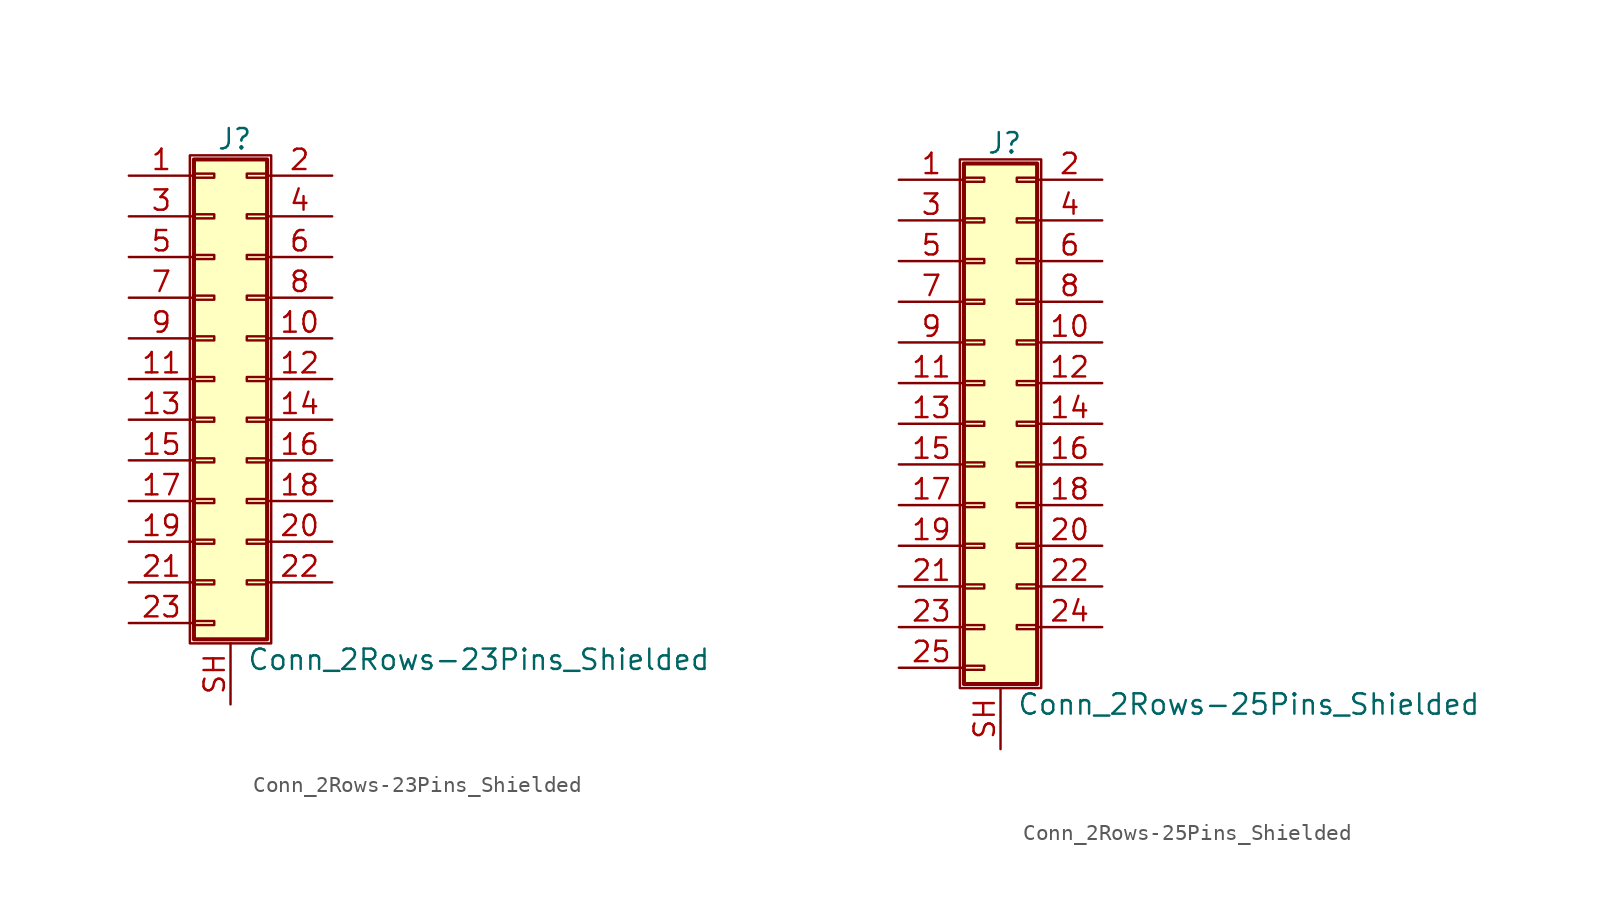
<source format=kicad_sym>
(kicad_symbol_lib
  (version 20211014)
  (generator kicad_symbol_editor)
  (symbol "Conn_2Rows-23Pins_Shielded"
    (pin_names
      (offset 1.016) hide)
    (property "Reference" "J"
      (at 1.524 14.986 0)
      (effects (font (size 1.27 1.27))))
    (property "Value" "Conn_2Rows-23Pins_Shielded"
      (at 2.286 -17.526 0)
      (effects (font (size 1.27 1.27)) (justify left)))
    (symbol "Conn_2Rows-23Pins_Shielded_1_1"
      (rectangle (start -1.27 13.97) (end 3.81 -16.51) (stroke (width 0.152) (type default) (color 0 0 0 0)) (fill (type none)))
      (rectangle (start -1.016 -15.113) (end 0.254 -15.367) (stroke (width 0.152) (type default) (color 0 0 0 0)) (fill (type none)))
      (rectangle (start -1.016 -12.573) (end 0.254 -12.827) (stroke (width 0.152) (type default) (color 0 0 0 0)) (fill (type none)))
      (rectangle (start -1.016 -10.033) (end 0.254 -10.287) (stroke (width 0.152) (type default) (color 0 0 0 0)) (fill (type none)))
      (rectangle (start -1.016 -7.493) (end 0.254 -7.747) (stroke (width 0.152) (type default) (color 0 0 0 0)) (fill (type none)))
      (rectangle (start -1.016 -4.953) (end 0.254 -5.207) (stroke (width 0.152) (type default) (color 0 0 0 0)) (fill (type none)))
      (rectangle (start -1.016 -2.413) (end 0.254 -2.667) (stroke (width 0.152) (type default) (color 0 0 0 0)) (fill (type none)))
      (rectangle (start -1.016 0.127) (end 0.254 -0.127) (stroke (width 0.152) (type default) (color 0 0 0 0)) (fill (type none)))
      (rectangle (start -1.016 2.667) (end 0.254 2.413) (stroke (width 0.152) (type default) (color 0 0 0 0)) (fill (type none)))
      (rectangle (start -1.016 5.207) (end 0.254 4.953) (stroke (width 0.152) (type default) (color 0 0 0 0)) (fill (type none)))
      (rectangle (start -1.016 7.747) (end 0.254 7.493) (stroke (width 0.152) (type default) (color 0 0 0 0)) (fill (type none)))
      (rectangle (start -1.016 10.287) (end 0.254 10.033) (stroke (width 0.152) (type default) (color 0 0 0 0)) (fill (type none)))
      (rectangle (start -1.016 12.827) (end 0.254 12.573) (stroke (width 0.152) (type default) (color 0 0 0 0)) (fill (type none)))
      (rectangle (start -1.016 13.716) (end 3.556 -16.256) (stroke (width 0.254) (type default) (color 0 0 0 0)) (fill (type background)))
      (rectangle (start 3.556 -12.573) (end 2.286 -12.827) (stroke (width 0.152) (type default) (color 0 0 0 0)) (fill (type none)))
      (rectangle (start 3.556 -10.033) (end 2.286 -10.287) (stroke (width 0.152) (type default) (color 0 0 0 0)) (fill (type none)))
      (rectangle (start 3.556 -7.493) (end 2.286 -7.747) (stroke (width 0.152) (type default) (color 0 0 0 0)) (fill (type none)))
      (rectangle (start 3.556 -4.953) (end 2.286 -5.207) (stroke (width 0.152) (type default) (color 0 0 0 0)) (fill (type none)))
      (rectangle (start 3.556 -2.413) (end 2.286 -2.667) (stroke (width 0.152) (type default) (color 0 0 0 0)) (fill (type none)))
      (rectangle (start 3.556 0.127) (end 2.286 -0.127) (stroke (width 0.152) (type default) (color 0 0 0 0)) (fill (type none)))
      (rectangle (start 3.556 2.667) (end 2.286 2.413) (stroke (width 0.152) (type default) (color 0 0 0 0)) (fill (type none)))
      (rectangle (start 3.556 5.207) (end 2.286 4.953) (stroke (width 0.152) (type default) (color 0 0 0 0)) (fill (type none)))
      (rectangle (start 3.556 7.747) (end 2.286 7.493) (stroke (width 0.152) (type default) (color 0 0 0 0)) (fill (type none)))
      (rectangle (start 3.556 10.287) (end 2.286 10.033) (stroke (width 0.152) (type default) (color 0 0 0 0)) (fill (type none)))
      (rectangle (start 3.556 12.827) (end 2.286 12.573) (stroke (width 0.152) (type default) (color 0 0 0 0)) (fill (type none)))
      (pin passive line (at -5.08 12.7 0) (length 4.064) (name "Pin_1" (effects (font (size 1.27 1.27)))) (number "1" (effects (font (size 1.27 1.27)))))
      (pin passive line (at 7.62 2.54 180) (length 4.064) (name "Pin_10" (effects (font (size 1.27 1.27)))) (number "10" (effects (font (size 1.27 1.27)))))
      (pin passive line (at -5.08 0 0) (length 4.064) (name "Pin_11" (effects (font (size 1.27 1.27)))) (number "11" (effects (font (size 1.27 1.27)))))
      (pin passive line (at 7.62 0 180) (length 4.064) (name "Pin_12" (effects (font (size 1.27 1.27)))) (number "12" (effects (font (size 1.27 1.27)))))
      (pin passive line (at -5.08 -2.54 0) (length 4.064) (name "Pin_13" (effects (font (size 1.27 1.27)))) (number "13" (effects (font (size 1.27 1.27)))))
      (pin passive line (at 7.62 -2.54 180) (length 4.064) (name "Pin_14" (effects (font (size 1.27 1.27)))) (number "14" (effects (font (size 1.27 1.27)))))
      (pin passive line (at -5.08 -5.08 0) (length 4.064) (name "Pin_15" (effects (font (size 1.27 1.27)))) (number "15" (effects (font (size 1.27 1.27)))))
      (pin passive line (at 7.62 -5.08 180) (length 4.064) (name "Pin_16" (effects (font (size 1.27 1.27)))) (number "16" (effects (font (size 1.27 1.27)))))
      (pin passive line (at -5.08 -7.62 0) (length 4.064) (name "Pin_17" (effects (font (size 1.27 1.27)))) (number "17" (effects (font (size 1.27 1.27)))))
      (pin passive line (at 7.62 -7.62 180) (length 4.064) (name "Pin_18" (effects (font (size 1.27 1.27)))) (number "18" (effects (font (size 1.27 1.27)))))
      (pin passive line (at -5.08 -10.16 0) (length 4.064) (name "Pin_19" (effects (font (size 1.27 1.27)))) (number "19" (effects (font (size 1.27 1.27)))))
      (pin passive line (at 7.62 12.7 180) (length 4.064) (name "Pin_2" (effects (font (size 1.27 1.27)))) (number "2" (effects (font (size 1.27 1.27)))))
      (pin passive line (at 7.62 -10.16 180) (length 4.064) (name "Pin_20" (effects (font (size 1.27 1.27)))) (number "20" (effects (font (size 1.27 1.27)))))
      (pin passive line (at -5.08 -12.7 0) (length 4.064) (name "Pin_21" (effects (font (size 1.27 1.27)))) (number "21" (effects (font (size 1.27 1.27)))))
      (pin passive line (at 7.62 -12.7 180) (length 4.064) (name "Pin_22" (effects (font (size 1.27 1.27)))) (number "22" (effects (font (size 1.27 1.27)))))
      (pin passive line (at -5.08 -15.24 0) (length 4.064) (name "Pin_23" (effects (font (size 1.27 1.27)))) (number "23" (effects (font (size 1.27 1.27)))))
      (pin passive line (at -5.08 10.16 0) (length 4.064) (name "Pin_3" (effects (font (size 1.27 1.27)))) (number "3" (effects (font (size 1.27 1.27)))))
      (pin passive line (at 7.62 10.16 180) (length 4.064) (name "Pin_4" (effects (font (size 1.27 1.27)))) (number "4" (effects (font (size 1.27 1.27)))))
      (pin passive line (at -5.08 7.62 0) (length 4.064) (name "Pin_5" (effects (font (size 1.27 1.27)))) (number "5" (effects (font (size 1.27 1.27)))))
      (pin passive line (at 7.62 7.62 180) (length 4.064) (name "Pin_6" (effects (font (size 1.27 1.27)))) (number "6" (effects (font (size 1.27 1.27)))))
      (pin passive line (at -5.08 5.08 0) (length 4.064) (name "Pin_7" (effects (font (size 1.27 1.27)))) (number "7" (effects (font (size 1.27 1.27)))))
      (pin passive line (at 7.62 5.08 180) (length 4.064) (name "Pin_8" (effects (font (size 1.27 1.27)))) (number "8" (effects (font (size 1.27 1.27)))))
      (pin passive line (at -5.08 2.54 0) (length 4.064) (name "Pin_9" (effects (font (size 1.27 1.27)))) (number "9" (effects (font (size 1.27 1.27)))))
      (pin passive line (at 1.27 -20.32 90) (length 3.81) (name "Shield" (effects (font (size 1.27 1.27)))) (number "SH" (effects (font (size 1.27 1.27)))))))
  (symbol "Conn_2Rows-25Pins_Shielded"
    (pin_names
      (offset 1.016) hide)
    (property "Reference" "J"
      (at 1.524 17.526 0)
      (effects (font (size 1.27 1.27))))
    (property "Value" "Conn_2Rows-25Pins_Shielded"
      (at 2.286 -17.526 0)
      (effects (font (size 1.27 1.27)) (justify left)))
    (symbol "Conn_2Rows-25Pins_Shielded_1_1"
      (rectangle (start -1.27 16.51) (end 3.81 -16.51) (stroke (width 0.152) (type default) (color 0 0 0 0)) (fill (type none)))
      (rectangle (start -1.016 -15.113) (end 0.254 -15.367) (stroke (width 0.152) (type default) (color 0 0 0 0)) (fill (type none)))
      (rectangle (start -1.016 -12.573) (end 0.254 -12.827) (stroke (width 0.152) (type default) (color 0 0 0 0)) (fill (type none)))
      (rectangle (start -1.016 -10.033) (end 0.254 -10.287) (stroke (width 0.152) (type default) (color 0 0 0 0)) (fill (type none)))
      (rectangle (start -1.016 -7.493) (end 0.254 -7.747) (stroke (width 0.152) (type default) (color 0 0 0 0)) (fill (type none)))
      (rectangle (start -1.016 -4.953) (end 0.254 -5.207) (stroke (width 0.152) (type default) (color 0 0 0 0)) (fill (type none)))
      (rectangle (start -1.016 -2.413) (end 0.254 -2.667) (stroke (width 0.152) (type default) (color 0 0 0 0)) (fill (type none)))
      (rectangle (start -1.016 0.127) (end 0.254 -0.127) (stroke (width 0.152) (type default) (color 0 0 0 0)) (fill (type none)))
      (rectangle (start -1.016 2.667) (end 0.254 2.413) (stroke (width 0.152) (type default) (color 0 0 0 0)) (fill (type none)))
      (rectangle (start -1.016 5.207) (end 0.254 4.953) (stroke (width 0.152) (type default) (color 0 0 0 0)) (fill (type none)))
      (rectangle (start -1.016 7.747) (end 0.254 7.493) (stroke (width 0.152) (type default) (color 0 0 0 0)) (fill (type none)))
      (rectangle (start -1.016 10.287) (end 0.254 10.033) (stroke (width 0.152) (type default) (color 0 0 0 0)) (fill (type none)))
      (rectangle (start -1.016 12.827) (end 0.254 12.573) (stroke (width 0.152) (type default) (color 0 0 0 0)) (fill (type none)))
      (rectangle (start -1.016 15.367) (end 0.254 15.113) (stroke (width 0.152) (type default) (color 0 0 0 0)) (fill (type none)))
      (rectangle (start -1.016 16.256) (end 3.556 -16.256) (stroke (width 0.254) (type default) (color 0 0 0 0)) (fill (type background)))
      (rectangle (start 3.556 -12.573) (end 2.286 -12.827) (stroke (width 0.152) (type default) (color 0 0 0 0)) (fill (type none)))
      (rectangle (start 3.556 -10.033) (end 2.286 -10.287) (stroke (width 0.152) (type default) (color 0 0 0 0)) (fill (type none)))
      (rectangle (start 3.556 -7.493) (end 2.286 -7.747) (stroke (width 0.152) (type default) (color 0 0 0 0)) (fill (type none)))
      (rectangle (start 3.556 -4.953) (end 2.286 -5.207) (stroke (width 0.152) (type default) (color 0 0 0 0)) (fill (type none)))
      (rectangle (start 3.556 -2.413) (end 2.286 -2.667) (stroke (width 0.152) (type default) (color 0 0 0 0)) (fill (type none)))
      (rectangle (start 3.556 0.127) (end 2.286 -0.127) (stroke (width 0.152) (type default) (color 0 0 0 0)) (fill (type none)))
      (rectangle (start 3.556 2.667) (end 2.286 2.413) (stroke (width 0.152) (type default) (color 0 0 0 0)) (fill (type none)))
      (rectangle (start 3.556 5.207) (end 2.286 4.953) (stroke (width 0.152) (type default) (color 0 0 0 0)) (fill (type none)))
      (rectangle (start 3.556 7.747) (end 2.286 7.493) (stroke (width 0.152) (type default) (color 0 0 0 0)) (fill (type none)))
      (rectangle (start 3.556 10.287) (end 2.286 10.033) (stroke (width 0.152) (type default) (color 0 0 0 0)) (fill (type none)))
      (rectangle (start 3.556 12.827) (end 2.286 12.573) (stroke (width 0.152) (type default) (color 0 0 0 0)) (fill (type none)))
      (rectangle (start 3.556 15.367) (end 2.286 15.113) (stroke (width 0.152) (type default) (color 0 0 0 0)) (fill (type none)))
      (pin passive line (at -5.08 15.24 0) (length 4.064) (name "Pin_1" (effects (font (size 1.27 1.27)))) (number "1" (effects (font (size 1.27 1.27)))))
      (pin passive line (at 7.62 5.08 180) (length 4.064) (name "Pin_10" (effects (font (size 1.27 1.27)))) (number "10" (effects (font (size 1.27 1.27)))))
      (pin passive line (at -5.08 2.54 0) (length 4.064) (name "Pin_11" (effects (font (size 1.27 1.27)))) (number "11" (effects (font (size 1.27 1.27)))))
      (pin passive line (at 7.62 2.54 180) (length 4.064) (name "Pin_12" (effects (font (size 1.27 1.27)))) (number "12" (effects (font (size 1.27 1.27)))))
      (pin passive line (at -5.08 0 0) (length 4.064) (name "Pin_13" (effects (font (size 1.27 1.27)))) (number "13" (effects (font (size 1.27 1.27)))))
      (pin passive line (at 7.62 0 180) (length 4.064) (name "Pin_14" (effects (font (size 1.27 1.27)))) (number "14" (effects (font (size 1.27 1.27)))))
      (pin passive line (at -5.08 -2.54 0) (length 4.064) (name "Pin_15" (effects (font (size 1.27 1.27)))) (number "15" (effects (font (size 1.27 1.27)))))
      (pin passive line (at 7.62 -2.54 180) (length 4.064) (name "Pin_16" (effects (font (size 1.27 1.27)))) (number "16" (effects (font (size 1.27 1.27)))))
      (pin passive line (at -5.08 -5.08 0) (length 4.064) (name "Pin_17" (effects (font (size 1.27 1.27)))) (number "17" (effects (font (size 1.27 1.27)))))
      (pin passive line (at 7.62 -5.08 180) (length 4.064) (name "Pin_18" (effects (font (size 1.27 1.27)))) (number "18" (effects (font (size 1.27 1.27)))))
      (pin passive line (at -5.08 -7.62 0) (length 4.064) (name "Pin_19" (effects (font (size 1.27 1.27)))) (number "19" (effects (font (size 1.27 1.27)))))
      (pin passive line (at 7.62 15.24 180) (length 4.064) (name "Pin_2" (effects (font (size 1.27 1.27)))) (number "2" (effects (font (size 1.27 1.27)))))
      (pin passive line (at 7.62 -7.62 180) (length 4.064) (name "Pin_20" (effects (font (size 1.27 1.27)))) (number "20" (effects (font (size 1.27 1.27)))))
      (pin passive line (at -5.08 -10.16 0) (length 4.064) (name "Pin_21" (effects (font (size 1.27 1.27)))) (number "21" (effects (font (size 1.27 1.27)))))
      (pin passive line (at 7.62 -10.16 180) (length 4.064) (name "Pin_22" (effects (font (size 1.27 1.27)))) (number "22" (effects (font (size 1.27 1.27)))))
      (pin passive line (at -5.08 -12.7 0) (length 4.064) (name "Pin_23" (effects (font (size 1.27 1.27)))) (number "23" (effects (font (size 1.27 1.27)))))
      (pin passive line (at 7.62 -12.7 180) (length 4.064) (name "Pin_24" (effects (font (size 1.27 1.27)))) (number "24" (effects (font (size 1.27 1.27)))))
      (pin passive line (at -5.08 -15.24 0) (length 4.064) (name "Pin_25" (effects (font (size 1.27 1.27)))) (number "25" (effects (font (size 1.27 1.27)))))
      (pin passive line (at -5.08 12.7 0) (length 4.064) (name "Pin_3" (effects (font (size 1.27 1.27)))) (number "3" (effects (font (size 1.27 1.27)))))
      (pin passive line (at 7.62 12.7 180) (length 4.064) (name "Pin_4" (effects (font (size 1.27 1.27)))) (number "4" (effects (font (size 1.27 1.27)))))
      (pin passive line (at -5.08 10.16 0) (length 4.064) (name "Pin_5" (effects (font (size 1.27 1.27)))) (number "5" (effects (font (size 1.27 1.27)))))
      (pin passive line (at 7.62 10.16 180) (length 4.064) (name "Pin_6" (effects (font (size 1.27 1.27)))) (number "6" (effects (font (size 1.27 1.27)))))
      (pin passive line (at -5.08 7.62 0) (length 4.064) (name "Pin_7" (effects (font (size 1.27 1.27)))) (number "7" (effects (font (size 1.27 1.27)))))
      (pin passive line (at 7.62 7.62 180) (length 4.064) (name "Pin_8" (effects (font (size 1.27 1.27)))) (number "8" (effects (font (size 1.27 1.27)))))
      (pin passive line (at -5.08 5.08 0) (length 4.064) (name "Pin_9" (effects (font (size 1.27 1.27)))) (number "9" (effects (font (size 1.27 1.27)))))
      (pin passive line (at 1.27 -20.32 90) (length 3.81) (name "Shield" (effects (font (size 1.27 1.27)))) (number "SH" (effects (font (size 1.27 1.27))))))))
</source>
